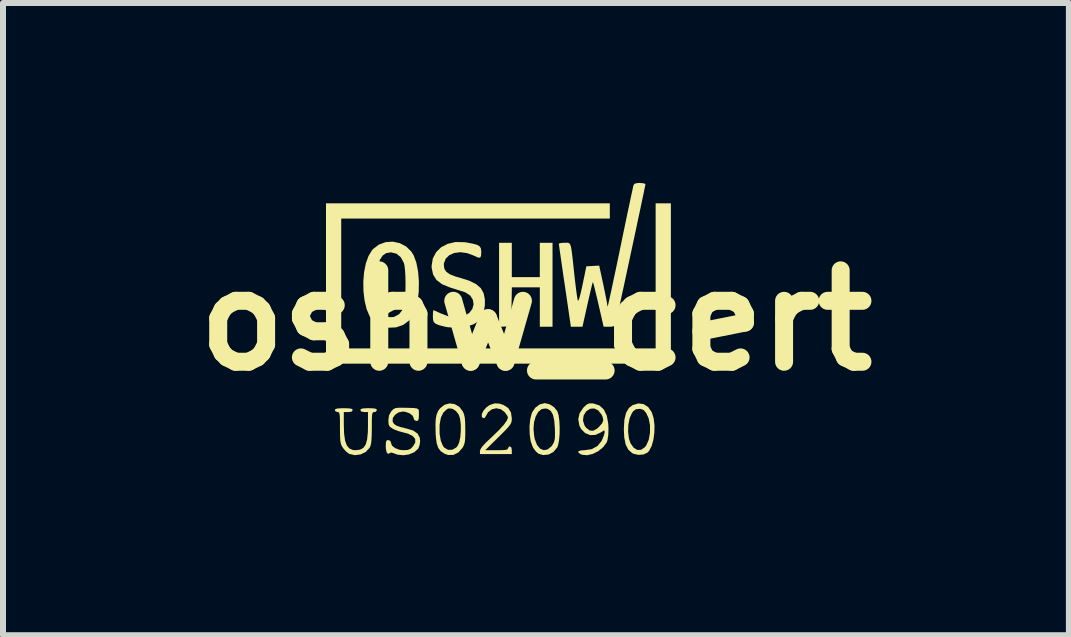
<source format=kicad_pcb>
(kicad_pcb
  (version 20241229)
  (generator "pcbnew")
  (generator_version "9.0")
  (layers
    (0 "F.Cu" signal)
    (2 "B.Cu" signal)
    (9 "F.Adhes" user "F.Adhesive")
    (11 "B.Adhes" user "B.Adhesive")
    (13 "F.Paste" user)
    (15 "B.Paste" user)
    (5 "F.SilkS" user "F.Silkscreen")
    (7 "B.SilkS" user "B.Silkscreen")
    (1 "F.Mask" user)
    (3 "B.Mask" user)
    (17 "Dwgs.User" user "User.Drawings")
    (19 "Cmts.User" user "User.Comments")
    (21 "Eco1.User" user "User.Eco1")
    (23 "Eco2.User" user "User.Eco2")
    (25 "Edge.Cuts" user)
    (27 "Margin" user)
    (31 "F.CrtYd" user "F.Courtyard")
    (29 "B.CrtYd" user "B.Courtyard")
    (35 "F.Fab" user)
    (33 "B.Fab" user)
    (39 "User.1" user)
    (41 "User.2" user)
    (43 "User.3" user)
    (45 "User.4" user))
  (footprint "oshw_cert"
    (layer "F.Cu")
    (at 5.886 2.292)
    (property "Reference" "oshw_cert" (at 0 0 0) (layer "F.SilkS") (effects (font (size 1.524 1.524) (thickness 0.3))))
    (attr board_only exclude_from_pos_files exclude_from_bom)
    (fp_poly (pts (xy 1.231 -1.698) (xy -3.247 -1.698) (xy -3.247 0.467) (xy 1.995 0.467) (xy 1.995 -1.952) (xy 2.249 -1.952) (xy 2.249 0.721) (xy -3.501 0.721) (xy -3.501 -1.952) (xy 1.231 -1.952)) (stroke (width 0) (type solid)) (fill yes) (layer "F.SilkS"))
    (fp_poly (pts (xy -0.403 -0.721) (xy 0.064 -0.721) (xy 0.064 -1.294) (xy 0.276 -1.294) (xy 0.276 0.106) (xy 0.064 0.106) (xy 0.064 -0.552) (xy -0.402 -0.552) (xy -0.408 -0.228) (xy -0.414 0.095) (xy -0.515 0.102) (xy -0.615 0.108) (xy -0.615 -1.294) (xy -0.403 -1.294)) (stroke (width 0) (type solid)) (fill yes) (layer "F.SilkS"))
    (fp_poly (pts (xy 1.794 1.395) (xy 1.871 1.445) (xy 1.93 1.53) (xy 1.932 1.535) (xy 1.962 1.632) (xy 1.976 1.747) (xy 1.974 1.869) (xy 1.958 1.988) (xy 1.929 2.093) (xy 1.888 2.173) (xy 1.861 2.203) (xy 1.794 2.235) (xy 1.711 2.242) (xy 1.629 2.225) (xy 1.6 2.21) (xy 1.538 2.153) (xy 1.495 2.068) (xy 1.472 1.952) (xy 1.467 1.859) (xy 1.536 1.859) (xy 1.55 1.971) (xy 1.576 2.048) (xy 1.629 2.123) (xy 1.69 2.16) (xy 1.753 2.157) (xy 1.814 2.115) (xy 1.838 2.085) (xy 1.88 1.99) (xy 1.901 1.872) (xy 1.901 1.748) (xy 1.878 1.631) (xy 1.837 1.543) (xy 1.796 1.495) (xy 1.748 1.476) (xy 1.719 1.475) (xy 1.662 1.483) (xy 1.62 1.517) (xy 1.601 1.543) (xy 1.562 1.629) (xy 1.54 1.74) (xy 1.536 1.859) (xy 1.467 1.859) (xy 1.465 1.809) (xy 1.474 1.657) (xy 1.502 1.541) (xy 1.55 1.459) (xy 1.61 1.413) (xy 1.705 1.384)) (stroke (width 0) (type solid)) (fill yes) (layer "F.SilkS"))
    (fp_poly (pts (xy -0.61 1.387) (xy -0.543 1.409) (xy -0.463 1.46) (xy -0.417 1.535) (xy -0.403 1.632) (xy -0.404 1.67) (xy -0.411 1.702) (xy -0.428 1.735) (xy -0.459 1.776) (xy -0.51 1.831) (xy -0.585 1.906) (xy -0.624 1.945) (xy -0.846 2.164) (xy -0.656 2.164) (xy -0.563 2.163) (xy -0.506 2.159) (xy -0.476 2.149) (xy -0.467 2.135) (xy -0.467 2.133) (xy -0.45 2.104) (xy -0.435 2.101) (xy -0.41 2.12) (xy -0.403 2.164) (xy -0.403 2.228) (xy -0.934 2.228) (xy -0.934 2.177) (xy -0.923 2.143) (xy -0.89 2.097) (xy -0.831 2.033) (xy -0.741 1.949) (xy -0.622 1.834) (xy -0.536 1.74) (xy -0.484 1.667) (xy -0.467 1.617) (xy -0.479 1.588) (xy -0.511 1.543) (xy -0.522 1.529) (xy -0.587 1.48) (xy -0.663 1.465) (xy -0.737 1.483) (xy -0.799 1.531) (xy -0.828 1.583) (xy -0.855 1.625) (xy -0.883 1.63) (xy -0.904 1.603) (xy -0.902 1.558) (xy -0.873 1.502) (xy -0.826 1.449) (xy -0.772 1.411) (xy -0.689 1.383)) (stroke (width 0) (type solid)) (fill yes) (layer "F.SilkS"))
    (fp_poly (pts (xy 0.226 1.398) (xy 0.301 1.446) (xy 0.355 1.512) (xy 0.376 1.576) (xy 0.389 1.668) (xy 0.395 1.777) (xy 0.394 1.891) (xy 0.385 1.995) (xy 0.369 2.079) (xy 0.355 2.116) (xy 0.293 2.192) (xy 0.211 2.236) (xy 0.12 2.245) (xy 0.042 2.222) (xy 0.001 2.188) (xy -0.042 2.131) (xy -0.058 2.101) (xy -0.089 2.01) (xy -0.105 1.894) (xy -0.107 1.809) (xy -0.041 1.809) (xy -0.03 1.93) (xy -0.019 1.983) (xy 0.018 2.078) (xy 0.069 2.138) (xy 0.13 2.164) (xy 0.193 2.152) (xy 0.255 2.102) (xy 0.272 2.08) (xy 0.295 2.041) (xy 0.309 2.002) (xy 0.316 1.952) (xy 0.317 1.88) (xy 0.315 1.8) (xy 0.305 1.668) (xy 0.283 1.573) (xy 0.248 1.511) (xy 0.198 1.477) (xy 0.16 1.468) (xy 0.094 1.479) (xy 0.038 1.525) (xy -0.004 1.6) (xy -0.032 1.697) (xy -0.041 1.809) (xy -0.107 1.809) (xy -0.108 1.768) (xy -0.096 1.647) (xy -0.07 1.547) (xy -0.065 1.535) (xy -0.01 1.454) (xy 0.064 1.4) (xy 0.147 1.379) (xy 0.149 1.379)) (stroke (width 0) (type solid)) (fill yes) (layer "F.SilkS"))
    (fp_poly (pts (xy -1.357 1.395) (xy -1.279 1.44) (xy -1.22 1.517) (xy -1.218 1.521) (xy -1.198 1.57) (xy -1.186 1.63) (xy -1.18 1.711) (xy -1.178 1.824) (xy -1.178 1.825) (xy -1.179 1.93) (xy -1.183 2.003) (xy -1.193 2.055) (xy -1.209 2.096) (xy -1.225 2.124) (xy -1.293 2.201) (xy -1.375 2.242) (xy -1.464 2.244) (xy -1.526 2.222) (xy -1.587 2.181) (xy -1.629 2.127) (xy -1.655 2.05) (xy -1.669 1.943) (xy -1.673 1.875) (xy -1.675 1.754) (xy -1.607 1.754) (xy -1.607 1.889) (xy -1.587 2.005) (xy -1.55 2.094) (xy -1.525 2.124) (xy -1.465 2.158) (xy -1.397 2.157) (xy -1.332 2.121) (xy -1.307 2.094) (xy -1.28 2.033) (xy -1.261 1.943) (xy -1.253 1.838) (xy -1.254 1.732) (xy -1.266 1.637) (xy -1.288 1.57) (xy -1.335 1.51) (xy -1.393 1.473) (xy -1.452 1.467) (xy -1.48 1.477) (xy -1.544 1.536) (xy -1.585 1.62) (xy -1.606 1.736) (xy -1.607 1.754) (xy -1.675 1.754) (xy -1.676 1.743) (xy -1.671 1.644) (xy -1.657 1.57) (xy -1.633 1.512) (xy -1.6 1.466) (xy -1.526 1.407) (xy -1.442 1.384)) (stroke (width 0) (type solid)) (fill yes) (layer "F.SilkS"))
    (fp_poly (pts (xy 0.957 1.385) (xy 1.056 1.417) (xy 1.13 1.484) (xy 1.18 1.585) (xy 1.205 1.721) (xy 1.209 1.81) (xy 1.205 1.915) (xy 1.192 1.996) (xy 1.18 2.033) (xy 1.12 2.114) (xy 1.039 2.18) (xy 0.947 2.226) (xy 0.854 2.248) (xy 0.77 2.24) (xy 0.737 2.226) (xy 0.704 2.198) (xy 0.711 2.178) (xy 0.757 2.167) (xy 0.809 2.164) (xy 0.928 2.147) (xy 1.024 2.095) (xy 1.093 2.011) (xy 1.105 1.986) (xy 1.13 1.924) (xy 1.144 1.873) (xy 1.145 1.861) (xy 1.143 1.838) (xy 1.127 1.838) (xy 1.088 1.863) (xy 1.081 1.868) (xy 0.992 1.909) (xy 0.902 1.912) (xy 0.819 1.878) (xy 0.753 1.811) (xy 0.724 1.755) (xy 0.709 1.67) (xy 0.784 1.67) (xy 0.809 1.751) (xy 0.837 1.79) (xy 0.895 1.835) (xy 0.953 1.84) (xy 1.017 1.806) (xy 1.052 1.774) (xy 1.104 1.714) (xy 1.122 1.663) (xy 1.11 1.606) (xy 1.093 1.57) (xy 1.039 1.501) (xy 0.973 1.468) (xy 0.903 1.473) (xy 0.837 1.516) (xy 0.794 1.587) (xy 0.784 1.67) (xy 0.709 1.67) (xy 0.705 1.649) (xy 0.727 1.548) (xy 0.79 1.455) (xy 0.798 1.447) (xy 0.847 1.402) (xy 0.888 1.384) (xy 0.938 1.383)) (stroke (width 0) (type solid)) (fill yes) (layer "F.SilkS"))
    (fp_poly (pts (xy -2.27 -1.288) (xy -2.164 -1.232) (xy -2.077 -1.146) (xy -2.039 -1.085) (xy -1.994 -0.962) (xy -1.965 -0.812) (xy -1.952 -0.646) (xy -1.955 -0.477) (xy -1.974 -0.316) (xy -2.009 -0.175) (xy -2.039 -0.103) (xy -2.114 0.001) (xy -2.214 0.075) (xy -2.332 0.116) (xy -2.46 0.122) (xy -2.575 0.096) (xy -2.642 0.065) (xy -2.7 0.026) (xy -2.706 0.02) (xy -2.772 -0.067) (xy -2.823 -0.186) (xy -2.857 -0.327) (xy -2.876 -0.483) (xy -2.878 -0.598) (xy -2.668 -0.598) (xy -2.662 -0.476) (xy -2.647 -0.356) (xy -2.626 -0.251) (xy -2.599 -0.173) (xy -2.593 -0.161) (xy -2.531 -0.089) (xy -2.454 -0.054) (xy -2.372 -0.056) (xy -2.292 -0.097) (xy -2.277 -0.11) (xy -2.237 -0.161) (xy -2.204 -0.226) (xy -2.202 -0.231) (xy -2.19 -0.291) (xy -2.181 -0.381) (xy -2.176 -0.492) (xy -2.175 -0.612) (xy -2.177 -0.731) (xy -2.183 -0.837) (xy -2.193 -0.919) (xy -2.202 -0.957) (xy -2.253 -1.052) (xy -2.325 -1.112) (xy -2.415 -1.134) (xy -2.422 -1.134) (xy -2.497 -1.122) (xy -2.556 -1.082) (xy -2.602 -1.011) (xy -2.635 -0.907) (xy -2.658 -0.765) (xy -2.664 -0.711) (xy -2.668 -0.598) (xy -2.878 -0.598) (xy -2.879 -0.644) (xy -2.866 -0.802) (xy -2.837 -0.949) (xy -2.791 -1.076) (xy -2.73 -1.175) (xy -2.718 -1.189) (xy -2.619 -1.264) (xy -2.506 -1.305) (xy -2.387 -1.313)) (stroke (width 0) (type solid)) (fill yes) (layer "F.SilkS"))
    (fp_poly (pts (xy -2.713 1.466) (xy -2.67 1.474) (xy -2.653 1.489) (xy -2.652 1.496) (xy -2.67 1.522) (xy -2.695 1.528) (xy -2.712 1.53) (xy -2.724 1.542) (xy -2.732 1.57) (xy -2.736 1.621) (xy -2.737 1.702) (xy -2.737 1.795) (xy -2.739 1.915) (xy -2.743 2.001) (xy -2.751 2.062) (xy -2.764 2.104) (xy -2.774 2.124) (xy -2.837 2.192) (xy -2.923 2.234) (xy -3.019 2.247) (xy -3.111 2.226) (xy -3.119 2.222) (xy -3.165 2.187) (xy -3.212 2.134) (xy -3.219 2.124) (xy -3.24 2.09) (xy -3.254 2.053) (xy -3.262 2.006) (xy -3.266 1.938) (xy -3.268 1.84) (xy -3.268 1.79) (xy -3.268 1.681) (xy -3.27 1.607) (xy -3.275 1.562) (xy -3.283 1.538) (xy -3.296 1.529) (xy -3.31 1.528) (xy -3.345 1.515) (xy -3.353 1.496) (xy -3.344 1.479) (xy -3.313 1.469) (xy -3.251 1.465) (xy -3.204 1.464) (xy -3.123 1.466) (xy -3.077 1.473) (xy -3.058 1.486) (xy -3.056 1.496) (xy -3.072 1.52) (xy -3.123 1.528) (xy -3.13 1.528) (xy -3.204 1.528) (xy -3.204 1.735) (xy -3.199 1.888) (xy -3.183 2.003) (xy -3.154 2.085) (xy -3.11 2.136) (xy -3.051 2.161) (xy -3.007 2.164) (xy -2.933 2.155) (xy -2.877 2.125) (xy -2.839 2.069) (xy -2.815 1.983) (xy -2.803 1.862) (xy -2.801 1.762) (xy -2.801 1.528) (xy -2.865 1.528) (xy -2.915 1.518) (xy -2.928 1.496) (xy -2.919 1.478) (xy -2.886 1.468) (xy -2.822 1.464) (xy -2.79 1.464)) (stroke (width 0) (type solid)) (fill yes) (layer "F.SilkS"))
    (fp_poly (pts (xy -1.193 -1.304) (xy -1.162 -1.3) (xy -1.056 -1.28) (xy -0.985 -1.261) (xy -0.942 -1.237) (xy -0.92 -1.205) (xy -0.913 -1.16) (xy -0.912 -1.136) (xy -0.916 -1.075) (xy -0.931 -1.047) (xy -0.966 -1.048) (xy -1.028 -1.076) (xy -1.035 -1.08) (xy -1.149 -1.122) (xy -1.259 -1.137) (xy -1.36 -1.125) (xy -1.443 -1.089) (xy -1.504 -1.031) (xy -1.534 -0.954) (xy -1.536 -0.922) (xy -1.527 -0.86) (xy -1.495 -0.81) (xy -1.436 -0.769) (xy -1.343 -0.732) (xy -1.261 -0.709) (xy -1.111 -0.661) (xy -0.998 -0.605) (xy -0.92 -0.538) (xy -0.873 -0.455) (xy -0.852 -0.352) (xy -0.852 -0.257) (xy -0.871 -0.133) (xy -0.915 -0.039) (xy -0.988 0.032) (xy -1.044 0.066) (xy -1.128 0.095) (xy -1.237 0.113) (xy -1.355 0.12) (xy -1.466 0.114) (xy -1.517 0.105) (xy -1.61 0.081) (xy -1.669 0.058) (xy -1.702 0.03) (xy -1.716 -0.009) (xy -1.719 -0.066) (xy -1.719 -0.066) (xy -1.717 -0.126) (xy -1.713 -0.163) (xy -1.71 -0.17) (xy -1.688 -0.162) (xy -1.639 -0.14) (xy -1.588 -0.117) (xy -1.455 -0.066) (xy -1.339 -0.048) (xy -1.233 -0.062) (xy -1.198 -0.074) (xy -1.113 -0.124) (xy -1.061 -0.191) (xy -1.04 -0.267) (xy -1.052 -0.344) (xy -1.095 -0.413) (xy -1.171 -0.464) (xy -1.193 -0.473) (xy -1.261 -0.495) (xy -1.35 -0.523) (xy -1.434 -0.549) (xy -1.564 -0.602) (xy -1.658 -0.673) (xy -1.715 -0.764) (xy -1.739 -0.876) (xy -1.74 -0.909) (xy -1.72 -1.032) (xy -1.665 -1.137) (xy -1.581 -1.22) (xy -1.471 -1.277) (xy -1.34 -1.307)) (stroke (width 0) (type solid)) (fill yes) (layer "F.SilkS"))
    (fp_poly (pts (xy -2.225 1.456) (xy -2.113 1.458) (xy -2.036 1.461) (xy -1.989 1.467) (xy -1.963 1.48) (xy -1.953 1.502) (xy -1.952 1.535) (xy -1.952 1.571) (xy -1.954 1.634) (xy -1.964 1.666) (xy -1.985 1.676) (xy -1.995 1.676) (xy -2.03 1.661) (xy -2.037 1.634) (xy -2.056 1.589) (xy -2.106 1.55) (xy -2.173 1.525) (xy -2.221 1.519) (xy -2.291 1.534) (xy -2.349 1.573) (xy -2.386 1.626) (xy -2.391 1.681) (xy -2.372 1.72) (xy -2.333 1.751) (xy -2.266 1.776) (xy -2.166 1.801) (xy -2.155 1.803) (xy -2.046 1.837) (xy -1.974 1.887) (xy -1.938 1.954) (xy -1.931 2.01) (xy -1.94 2.078) (xy -1.962 2.136) (xy -1.966 2.141) (xy -2.028 2.197) (xy -2.116 2.234) (xy -2.214 2.248) (xy -2.31 2.238) (xy -2.359 2.22) (xy -2.412 2.202) (xy -2.436 2.212) (xy -2.467 2.225) (xy -2.49 2.2) (xy -2.502 2.141) (xy -2.504 2.099) (xy -2.502 2.036) (xy -2.492 2.005) (xy -2.471 1.995) (xy -2.461 1.995) (xy -2.426 2.01) (xy -2.419 2.036) (xy -2.4 2.088) (xy -2.347 2.13) (xy -2.272 2.158) (xy -2.206 2.164) (xy -2.138 2.16) (xy -2.093 2.142) (xy -2.052 2.102) (xy -2.051 2.101) (xy -2.012 2.034) (xy -2.014 1.975) (xy -2.057 1.926) (xy -2.138 1.887) (xy -2.207 1.869) (xy -2.288 1.847) (xy -2.362 1.819) (xy -2.393 1.803) (xy -2.437 1.772) (xy -2.456 1.735) (xy -2.461 1.676) (xy -2.461 1.667) (xy -2.451 1.584) (xy -2.416 1.52) (xy -2.41 1.513) (xy -2.378 1.48) (xy -2.344 1.463) (xy -2.293 1.456)) (stroke (width 0) (type solid)) (fill yes) (layer "F.SilkS"))
    (fp_poly (pts (xy 1.787 -2.287) (xy 1.821 -2.276) (xy 1.825 -2.269) (xy 1.821 -2.246) (xy 1.808 -2.185) (xy 1.789 -2.092) (xy 1.763 -1.971) (xy 1.733 -1.827) (xy 1.698 -1.665) (xy 1.661 -1.488) (xy 1.621 -1.302) (xy 1.58 -1.111) (xy 1.539 -0.92) (xy 1.499 -0.733) (xy 1.461 -0.555) (xy 1.425 -0.391) (xy 1.393 -0.244) (xy 1.366 -0.121) (xy 1.345 -0.024) (xy 1.33 0.041) (xy 1.324 0.069) (xy 1.304 0.094) (xy 1.259 0.105) (xy 1.221 0.106) (xy 1.128 0.106) (xy 1.061 -0.186) (xy 1.026 -0.338) (xy 0.998 -0.454) (xy 0.978 -0.537) (xy 0.964 -0.592) (xy 0.954 -0.624) (xy 0.948 -0.636) (xy 0.947 -0.637) (xy 0.941 -0.617) (xy 0.927 -0.562) (xy 0.907 -0.48) (xy 0.883 -0.375) (xy 0.858 -0.265) (xy 0.775 0.106) (xy 0.582 0.106) (xy 0.482 -0.578) (xy 0.457 -0.744) (xy 0.435 -0.896) (xy 0.416 -1.03) (xy 0.4 -1.139) (xy 0.389 -1.221) (xy 0.382 -1.268) (xy 0.381 -1.278) (xy 0.401 -1.288) (xy 0.449 -1.294) (xy 0.477 -1.294) (xy 0.51 -1.295) (xy 0.535 -1.294) (xy 0.555 -1.286) (xy 0.57 -1.267) (xy 0.582 -1.231) (xy 0.593 -1.174) (xy 0.604 -1.09) (xy 0.617 -0.975) (xy 0.633 -0.825) (xy 0.637 -0.785) (xy 0.652 -0.655) (xy 0.666 -0.537) (xy 0.679 -0.439) (xy 0.69 -0.369) (xy 0.697 -0.332) (xy 0.698 -0.331) (xy 0.708 -0.332) (xy 0.725 -0.376) (xy 0.747 -0.46) (xy 0.775 -0.586) (xy 0.777 -0.596) (xy 0.84 -0.902) (xy 0.947 -0.908) (xy 1.054 -0.914) (xy 1.122 -0.6) (xy 1.145 -0.489) (xy 1.165 -0.39) (xy 1.18 -0.313) (xy 1.188 -0.266) (xy 1.189 -0.256) (xy 1.193 -0.235) (xy 1.197 -0.235) (xy 1.202 -0.257) (xy 1.216 -0.317) (xy 1.236 -0.409) (xy 1.263 -0.531) (xy 1.294 -0.679) (xy 1.33 -0.847) (xy 1.369 -1.033) (xy 1.41 -1.231) (xy 1.451 -1.43) (xy 1.49 -1.618) (xy 1.526 -1.789) (xy 1.558 -1.94) (xy 1.585 -2.067) (xy 1.606 -2.164) (xy 1.62 -2.228) (xy 1.626 -2.255) (xy 1.645 -2.279) (xy 1.69 -2.29) (xy 1.731 -2.292)) (stroke (width 0) (type solid)) (fill yes) (layer "F.SilkS")))
  (gr_rect
    (start -3 -3)
    (end 14.771 7.54)
    (stroke (width 0.1) (type default))
    (fill no)
    (layer "Edge.Cuts")))
</source>
